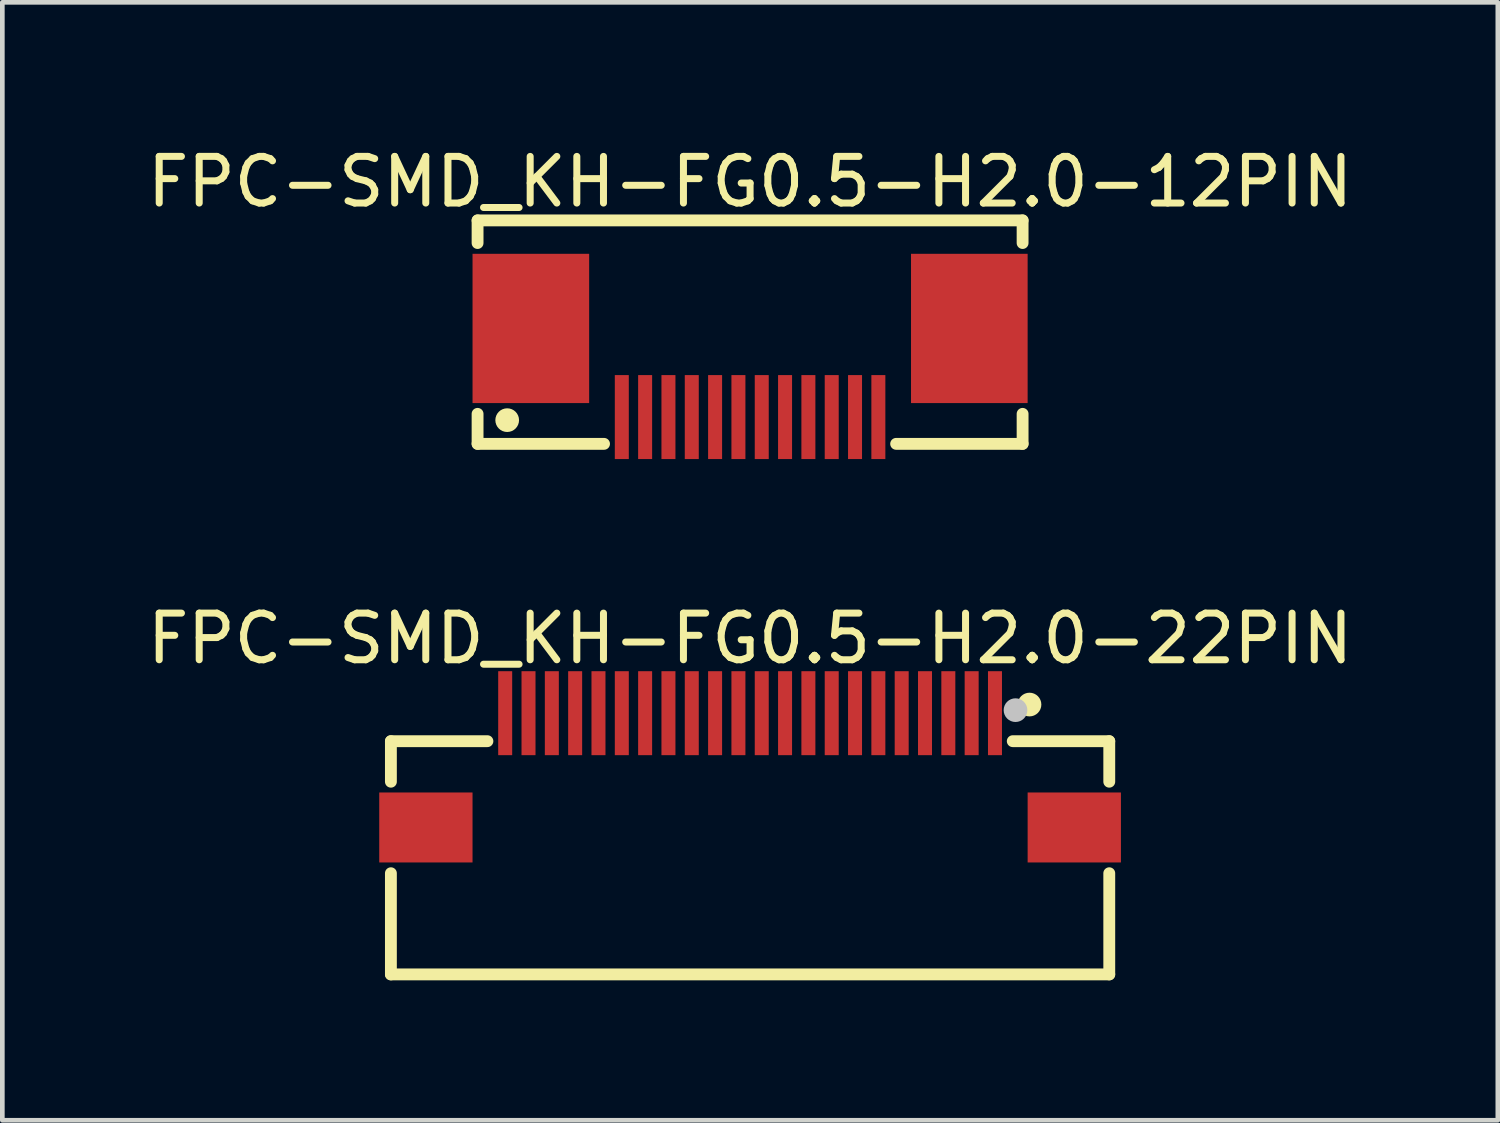
<source format=kicad_pcb>
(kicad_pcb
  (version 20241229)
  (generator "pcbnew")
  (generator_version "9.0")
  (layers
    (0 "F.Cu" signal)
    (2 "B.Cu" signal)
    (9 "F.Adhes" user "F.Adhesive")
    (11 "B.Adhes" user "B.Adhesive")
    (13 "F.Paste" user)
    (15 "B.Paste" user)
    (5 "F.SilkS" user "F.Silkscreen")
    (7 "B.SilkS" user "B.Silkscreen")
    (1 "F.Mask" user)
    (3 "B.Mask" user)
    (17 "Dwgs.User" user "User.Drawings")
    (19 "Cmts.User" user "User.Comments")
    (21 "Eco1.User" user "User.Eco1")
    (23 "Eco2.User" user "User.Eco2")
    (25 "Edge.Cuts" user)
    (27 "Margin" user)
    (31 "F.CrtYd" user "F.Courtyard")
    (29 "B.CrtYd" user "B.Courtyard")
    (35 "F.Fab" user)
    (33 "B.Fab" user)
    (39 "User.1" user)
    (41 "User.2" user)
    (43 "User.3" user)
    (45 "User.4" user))
  (footprint "FPC-SMD_KH-FG0.5-H2.0-12PIN"
    (layer "F.Cu")
    (at 13.03 4.941)
    (property "Reference" "FPC-SMD_KH-FG0.5-H2.0-12PIN" (at 0 -4.093 0) (layer "F.SilkS") (effects (font (size 1 1) (thickness 0.15))))
    (fp_line (start -5.842 -3.266) (end 5.842 -3.266) (stroke (width 0.254) (type default)) (layer "F.SilkS"))
    (fp_line (start -5.842 -2.781) (end -5.842 -3.266) (stroke (width 0.254) (type default)) (layer "F.SilkS"))
    (fp_line (start -5.842 1.524) (end -5.842 0.881) (stroke (width 0.254) (type default)) (layer "F.SilkS"))
    (fp_line (start -3.131 1.524) (end -5.842 1.524) (stroke (width 0.254) (type default)) (layer "F.SilkS"))
    (fp_line (start 5.842 -3.266) (end 5.842 -2.781) (stroke (width 0.254) (type default)) (layer "F.SilkS"))
    (fp_line (start 5.842 0.881) (end 5.842 1.524) (stroke (width 0.254) (type default)) (layer "F.SilkS"))
    (fp_line (start 5.842 1.524) (end 3.131 1.524) (stroke (width 0.254) (type default)) (layer "F.SilkS"))
    (fp_circle (center -5.207 1.016) (end -5.08 1.016) (stroke (width 0.254) (type default)) (fill no) (layer "F.SilkS"))
    (fp_poly (pts (xy -5.804 -2.35) (xy -3.954 -2.35) (xy -3.954 0.45) (xy -5.804 0.45)) (stroke (width 0.1) (type default)) (fill no) (layer "User.1"))
    (fp_poly (pts (xy -2.85 0.5) (xy -2.65 0.5) (xy -2.65 1.4) (xy -2.85 1.4)) (stroke (width 0.1) (type default)) (fill no) (layer "User.1"))
    (fp_poly (pts (xy -2.35 0.5) (xy -2.15 0.5) (xy -2.15 1.4) (xy -2.35 1.4)) (stroke (width 0.1) (type default)) (fill no) (layer "User.1"))
    (fp_poly (pts (xy -1.85 0.5) (xy -1.65 0.5) (xy -1.65 1.4) (xy -1.85 1.4)) (stroke (width 0.1) (type default)) (fill no) (layer "User.1"))
    (fp_poly (pts (xy -1.35 0.5) (xy -1.15 0.5) (xy -1.15 1.4) (xy -1.35 1.4)) (stroke (width 0.1) (type default)) (fill no) (layer "User.1"))
    (fp_poly (pts (xy -0.85 0.5) (xy -0.65 0.5) (xy -0.65 1.4) (xy -0.85 1.4)) (stroke (width 0.1) (type default)) (fill no) (layer "User.1"))
    (fp_poly (pts (xy -0.35 0.5) (xy -0.15 0.5) (xy -0.15 1.4) (xy -0.35 1.4)) (stroke (width 0.1) (type default)) (fill no) (layer "User.1"))
    (fp_poly (pts (xy 0.15 0.5) (xy 0.35 0.5) (xy 0.35 1.4) (xy 0.15 1.4)) (stroke (width 0.1) (type default)) (fill no) (layer "User.1"))
    (fp_poly (pts (xy 0.65 0.5) (xy 0.85 0.5) (xy 0.85 1.4) (xy 0.65 1.4)) (stroke (width 0.1) (type default)) (fill no) (layer "User.1"))
    (fp_poly (pts (xy 1.15 0.5) (xy 1.35 0.5) (xy 1.35 1.4) (xy 1.15 1.4)) (stroke (width 0.1) (type default)) (fill no) (layer "User.1"))
    (fp_poly (pts (xy 1.65 0.5) (xy 1.85 0.5) (xy 1.85 1.4) (xy 1.65 1.4)) (stroke (width 0.1) (type default)) (fill no) (layer "User.1"))
    (fp_poly (pts (xy 2.15 0.5) (xy 2.35 0.5) (xy 2.35 1.4) (xy 2.15 1.4)) (stroke (width 0.1) (type default)) (fill no) (layer "User.1"))
    (fp_poly (pts (xy 2.65 0.5) (xy 2.85 0.5) (xy 2.85 1.4) (xy 2.65 1.4)) (stroke (width 0.1) (type default)) (fill no) (layer "User.1"))
    (fp_poly (pts (xy 3.954 -2.35) (xy 5.804 -2.35) (xy 5.804 0.45) (xy 3.954 0.45)) (stroke (width 0.1) (type default)) (fill no) (layer "User.1"))
    (fp_line (start -5.8 -3.003) (end 5.8 -3.003) (stroke (width 0.051) (type default)) (layer "User.2"))
    (fp_line (start -5.8 1.297) (end -5.8 -3.003) (stroke (width 0.051) (type default)) (layer "User.2"))
    (fp_line (start 5.8 -3.003) (end 5.8 1.297) (stroke (width 0.051) (type default)) (layer "User.2"))
    (fp_line (start 5.8 1.297) (end -5.8 1.297) (stroke (width 0.051) (type default)) (layer "User.2"))
    (fp_poly (pts (xy -5.325 1.164) (xy -5.355 1.092) (xy -5.41 1.037) (xy -5.482 1.007) (xy -5.56 1.007) (xy -5.632 1.037) (xy -5.687 1.092) (xy -5.717 1.164) (xy -5.717 1.243) (xy -5.687 1.315) (xy -5.632 1.37) (xy -5.56 1.4) (xy -5.482 1.4) (xy -5.41 1.37) (xy -5.355 1.315) (xy -5.325 1.243)) (stroke (width 0.1) (type default)) (fill no) (layer "User.3"))
    (pad "1" smd rect (at -2.75 0.95) (size 0.3 1.8) (layers "F.Cu" "F.Mask" "F.Paste"))
    (pad "2" smd rect (at -2.25 0.95) (size 0.3 1.8) (layers "F.Cu" "F.Mask" "F.Paste"))
    (pad "3" smd rect (at -1.75 0.95) (size 0.3 1.8) (layers "F.Cu" "F.Mask" "F.Paste"))
    (pad "4" smd rect (at -1.25 0.95) (size 0.3 1.8) (layers "F.Cu" "F.Mask" "F.Paste"))
    (pad "5" smd rect (at -0.75 0.95) (size 0.3 1.8) (layers "F.Cu" "F.Mask" "F.Paste"))
    (pad "6" smd rect (at -0.25 0.95) (size 0.3 1.8) (layers "F.Cu" "F.Mask" "F.Paste"))
    (pad "7" smd rect (at 0.25 0.95) (size 0.3 1.8) (layers "F.Cu" "F.Mask" "F.Paste"))
    (pad "8" smd rect (at 0.75 0.95) (size 0.3 1.8) (layers "F.Cu" "F.Mask" "F.Paste"))
    (pad "9" smd rect (at 1.25 0.95) (size 0.3 1.8) (layers "F.Cu" "F.Mask" "F.Paste"))
    (pad "10" smd rect (at 1.75 0.95) (size 0.3 1.8) (layers "F.Cu" "F.Mask" "F.Paste"))
    (pad "11" smd rect (at 2.25 0.95) (size 0.3 1.8) (layers "F.Cu" "F.Mask" "F.Paste"))
    (pad "12" smd rect (at 2.75 0.95) (size 0.3 1.8) (layers "F.Cu" "F.Mask" "F.Paste"))
    (pad "13" smd rect (at 4.7 -0.95) (size 2.5 3.2) (layers "F.Cu" "F.Mask" "F.Paste"))
    (pad "14" smd rect (at -4.7 -0.95) (size 2.5 3.2) (layers "F.Cu" "F.Mask" "F.Paste")))
  (footprint "FPC-SMD_KH-FG0.5-H2.0-22PIN"
    (layer "F.Cu")
    (at 13.03 13.464)
    (property "Reference" "FPC-SMD_KH-FG0.5-H2.0-22PIN" (at 0 -2.825 0) (layer "F.SilkS") (effects (font (size 1 1) (thickness 0.15))))
    (fp_line (start -7.7 0.244) (end -7.7 -0.625) (stroke (width 0.254) (type default)) (layer "F.SilkS"))
    (fp_line (start -7.7 4.375) (end -7.7 2.206) (stroke (width 0.254) (type default)) (layer "F.SilkS"))
    (fp_line (start -5.631 -0.625) (end -7.7 -0.625) (stroke (width 0.254) (type default)) (layer "F.SilkS"))
    (fp_line (start 7.7 -0.625) (end 5.631 -0.625) (stroke (width 0.254) (type default)) (layer "F.SilkS"))
    (fp_line (start 7.7 0.244) (end 7.7 -0.625) (stroke (width 0.254) (type default)) (layer "F.SilkS"))
    (fp_line (start 7.7 4.375) (end -7.7 4.375) (stroke (width 0.254) (type default)) (layer "F.SilkS"))
    (fp_line (start 7.7 4.375) (end 7.7 2.206) (stroke (width 0.254) (type default)) (layer "F.SilkS"))
    (fp_circle (center 5.99 -1.41) (end 6.117 -1.41) (stroke (width 0.254) (type default)) (fill no) (layer "F.SilkS"))
    (fp_circle (center 5.69 -1.29) (end 5.817 -1.29) (stroke (width 0.254) (type default)) (fill no) (layer "Dwgs.User"))
    (fp_poly (pts (xy -6.2 1.725) (xy -7.7 1.725) (xy -7.7 0.725) (xy -6.2 0.725)) (stroke (width 0.1) (type default)) (fill no) (layer "User.1"))
    (fp_poly (pts (xy -5.15 -0.65) (xy -5.35 -0.65) (xy -5.35 -1.65) (xy -5.15 -1.65)) (stroke (width 0.1) (type default)) (fill no) (layer "User.1"))
    (fp_poly (pts (xy -4.65 -0.65) (xy -4.85 -0.65) (xy -4.85 -1.65) (xy -4.65 -1.65)) (stroke (width 0.1) (type default)) (fill no) (layer "User.1"))
    (fp_poly (pts (xy -4.15 -0.65) (xy -4.35 -0.65) (xy -4.35 -1.65) (xy -4.15 -1.65)) (stroke (width 0.1) (type default)) (fill no) (layer "User.1"))
    (fp_poly (pts (xy -3.65 -0.65) (xy -3.85 -0.65) (xy -3.85 -1.65) (xy -3.65 -1.65)) (stroke (width 0.1) (type default)) (fill no) (layer "User.1"))
    (fp_poly (pts (xy -3.15 -0.65) (xy -3.35 -0.65) (xy -3.35 -1.65) (xy -3.15 -1.65)) (stroke (width 0.1) (type default)) (fill no) (layer "User.1"))
    (fp_poly (pts (xy -2.65 -0.65) (xy -2.85 -0.65) (xy -2.85 -1.65) (xy -2.65 -1.65)) (stroke (width 0.1) (type default)) (fill no) (layer "User.1"))
    (fp_poly (pts (xy -2.15 -0.65) (xy -2.35 -0.65) (xy -2.35 -1.65) (xy -2.15 -1.65)) (stroke (width 0.1) (type default)) (fill no) (layer "User.1"))
    (fp_poly (pts (xy -1.65 -0.65) (xy -1.85 -0.65) (xy -1.85 -1.65) (xy -1.65 -1.65)) (stroke (width 0.1) (type default)) (fill no) (layer "User.1"))
    (fp_poly (pts (xy -1.15 -0.65) (xy -1.35 -0.65) (xy -1.35 -1.65) (xy -1.15 -1.65)) (stroke (width 0.1) (type default)) (fill no) (layer "User.1"))
    (fp_poly (pts (xy -0.65 -0.65) (xy -0.85 -0.65) (xy -0.85 -1.65) (xy -0.65 -1.65)) (stroke (width 0.1) (type default)) (fill no) (layer "User.1"))
    (fp_poly (pts (xy -0.15 -0.65) (xy -0.35 -0.65) (xy -0.35 -1.65) (xy -0.15 -1.65)) (stroke (width 0.1) (type default)) (fill no) (layer "User.1"))
    (fp_poly (pts (xy 0.35 -0.65) (xy 0.15 -0.65) (xy 0.15 -1.65) (xy 0.35 -1.65)) (stroke (width 0.1) (type default)) (fill no) (layer "User.1"))
    (fp_poly (pts (xy 0.85 -0.65) (xy 0.65 -0.65) (xy 0.65 -1.65) (xy 0.85 -1.65)) (stroke (width 0.1) (type default)) (fill no) (layer "User.1"))
    (fp_poly (pts (xy 1.35 -0.65) (xy 1.15 -0.65) (xy 1.15 -1.65) (xy 1.35 -1.65)) (stroke (width 0.1) (type default)) (fill no) (layer "User.1"))
    (fp_poly (pts (xy 1.85 -0.65) (xy 1.65 -0.65) (xy 1.65 -1.65) (xy 1.85 -1.65)) (stroke (width 0.1) (type default)) (fill no) (layer "User.1"))
    (fp_poly (pts (xy 2.35 -0.65) (xy 2.15 -0.65) (xy 2.15 -1.65) (xy 2.35 -1.65)) (stroke (width 0.1) (type default)) (fill no) (layer "User.1"))
    (fp_poly (pts (xy 2.85 -0.65) (xy 2.65 -0.65) (xy 2.65 -1.65) (xy 2.85 -1.65)) (stroke (width 0.1) (type default)) (fill no) (layer "User.1"))
    (fp_poly (pts (xy 3.35 -0.65) (xy 3.15 -0.65) (xy 3.15 -1.65) (xy 3.35 -1.65)) (stroke (width 0.1) (type default)) (fill no) (layer "User.1"))
    (fp_poly (pts (xy 3.85 -0.65) (xy 3.65 -0.65) (xy 3.65 -1.65) (xy 3.85 -1.65)) (stroke (width 0.1) (type default)) (fill no) (layer "User.1"))
    (fp_poly (pts (xy 4.35 -0.65) (xy 4.15 -0.65) (xy 4.15 -1.65) (xy 4.35 -1.65)) (stroke (width 0.1) (type default)) (fill no) (layer "User.1"))
    (fp_poly (pts (xy 4.85 -0.65) (xy 4.65 -0.65) (xy 4.65 -1.65) (xy 4.85 -1.65)) (stroke (width 0.1) (type default)) (fill no) (layer "User.1"))
    (fp_poly (pts (xy 5.35 -0.65) (xy 5.15 -0.65) (xy 5.15 -1.65) (xy 5.35 -1.65)) (stroke (width 0.1) (type default)) (fill no) (layer "User.1"))
    (fp_poly (pts (xy 7.7 1.725) (xy 6.2 1.725) (xy 6.2 0.725) (xy 7.7 0.725)) (stroke (width 0.1) (type default)) (fill no) (layer "User.1"))
    (fp_line (start -7.7 -0.775) (end 7.7 -0.775) (stroke (width 0.051) (type default)) (layer "User.2"))
    (fp_line (start -7.7 4.375) (end -7.7 -0.775) (stroke (width 0.051) (type default)) (layer "User.2"))
    (fp_line (start 7.7 -0.775) (end 7.7 4.375) (stroke (width 0.051) (type default)) (layer "User.2"))
    (fp_line (start 7.7 4.375) (end -7.7 4.375) (stroke (width 0.051) (type default)) (layer "User.2"))
    (fp_poly (pts (xy 7.755 -1.673) (xy 7.723 -1.705) (xy 7.677 -1.705) (xy 7.645 -1.673) (xy 7.645 -1.627) (xy 7.677 -1.595) (xy 7.723 -1.595) (xy 7.755 -1.627)) (stroke (width 0.1) (type default)) (fill no) (layer "User.3"))
    (pad "1" smd rect (at 5.25 -1.225 180) (size 0.3 1.8) (layers "F.Cu" "F.Mask" "F.Paste"))
    (pad "2" smd rect (at 4.75 -1.225 180) (size 0.3 1.8) (layers "F.Cu" "F.Mask" "F.Paste"))
    (pad "3" smd rect (at 4.25 -1.225 180) (size 0.3 1.8) (layers "F.Cu" "F.Mask" "F.Paste"))
    (pad "4" smd rect (at 3.75 -1.225 180) (size 0.3 1.8) (layers "F.Cu" "F.Mask" "F.Paste"))
    (pad "5" smd rect (at 3.25 -1.225 180) (size 0.3 1.8) (layers "F.Cu" "F.Mask" "F.Paste"))
    (pad "6" smd rect (at 2.75 -1.225 180) (size 0.3 1.8) (layers "F.Cu" "F.Mask" "F.Paste"))
    (pad "7" smd rect (at 2.25 -1.225 180) (size 0.3 1.8) (layers "F.Cu" "F.Mask" "F.Paste"))
    (pad "8" smd rect (at 1.75 -1.225 180) (size 0.3 1.8) (layers "F.Cu" "F.Mask" "F.Paste"))
    (pad "9" smd rect (at 1.25 -1.225 180) (size 0.3 1.8) (layers "F.Cu" "F.Mask" "F.Paste"))
    (pad "10" smd rect (at 0.75 -1.225 180) (size 0.3 1.8) (layers "F.Cu" "F.Mask" "F.Paste"))
    (pad "11" smd rect (at 0.25 -1.225 180) (size 0.3 1.8) (layers "F.Cu" "F.Mask" "F.Paste"))
    (pad "12" smd rect (at -0.25 -1.225 180) (size 0.3 1.8) (layers "F.Cu" "F.Mask" "F.Paste"))
    (pad "13" smd rect (at -0.75 -1.225 180) (size 0.3 1.8) (layers "F.Cu" "F.Mask" "F.Paste"))
    (pad "14" smd rect (at -1.25 -1.225 180) (size 0.3 1.8) (layers "F.Cu" "F.Mask" "F.Paste"))
    (pad "15" smd rect (at -1.75 -1.225 180) (size 0.3 1.8) (layers "F.Cu" "F.Mask" "F.Paste"))
    (pad "16" smd rect (at -2.25 -1.225 180) (size 0.3 1.8) (layers "F.Cu" "F.Mask" "F.Paste"))
    (pad "17" smd rect (at -2.75 -1.225 180) (size 0.3 1.8) (layers "F.Cu" "F.Mask" "F.Paste"))
    (pad "18" smd rect (at -3.25 -1.225 180) (size 0.3 1.8) (layers "F.Cu" "F.Mask" "F.Paste"))
    (pad "19" smd rect (at -3.75 -1.225 180) (size 0.3 1.8) (layers "F.Cu" "F.Mask" "F.Paste"))
    (pad "20" smd rect (at -4.25 -1.225 180) (size 0.3 1.8) (layers "F.Cu" "F.Mask" "F.Paste"))
    (pad "21" smd rect (at -4.75 -1.225 180) (size 0.3 1.8) (layers "F.Cu" "F.Mask" "F.Paste"))
    (pad "22" smd rect (at -5.25 -1.225 180) (size 0.3 1.8) (layers "F.Cu" "F.Mask" "F.Paste"))
    (pad "23" smd rect (at -6.95 1.225 180) (size 2 1.5) (layers "F.Cu" "F.Mask" "F.Paste"))
    (pad "24" smd rect (at 6.95 1.225 180) (size 2 1.5) (layers "F.Cu" "F.Mask" "F.Paste")))
  (gr_rect
    (start -3 -3)
    (end 29.06 20.966)
    (stroke (width 0.1) (type default))
    (fill no)
    (layer "Edge.Cuts")))
</source>
